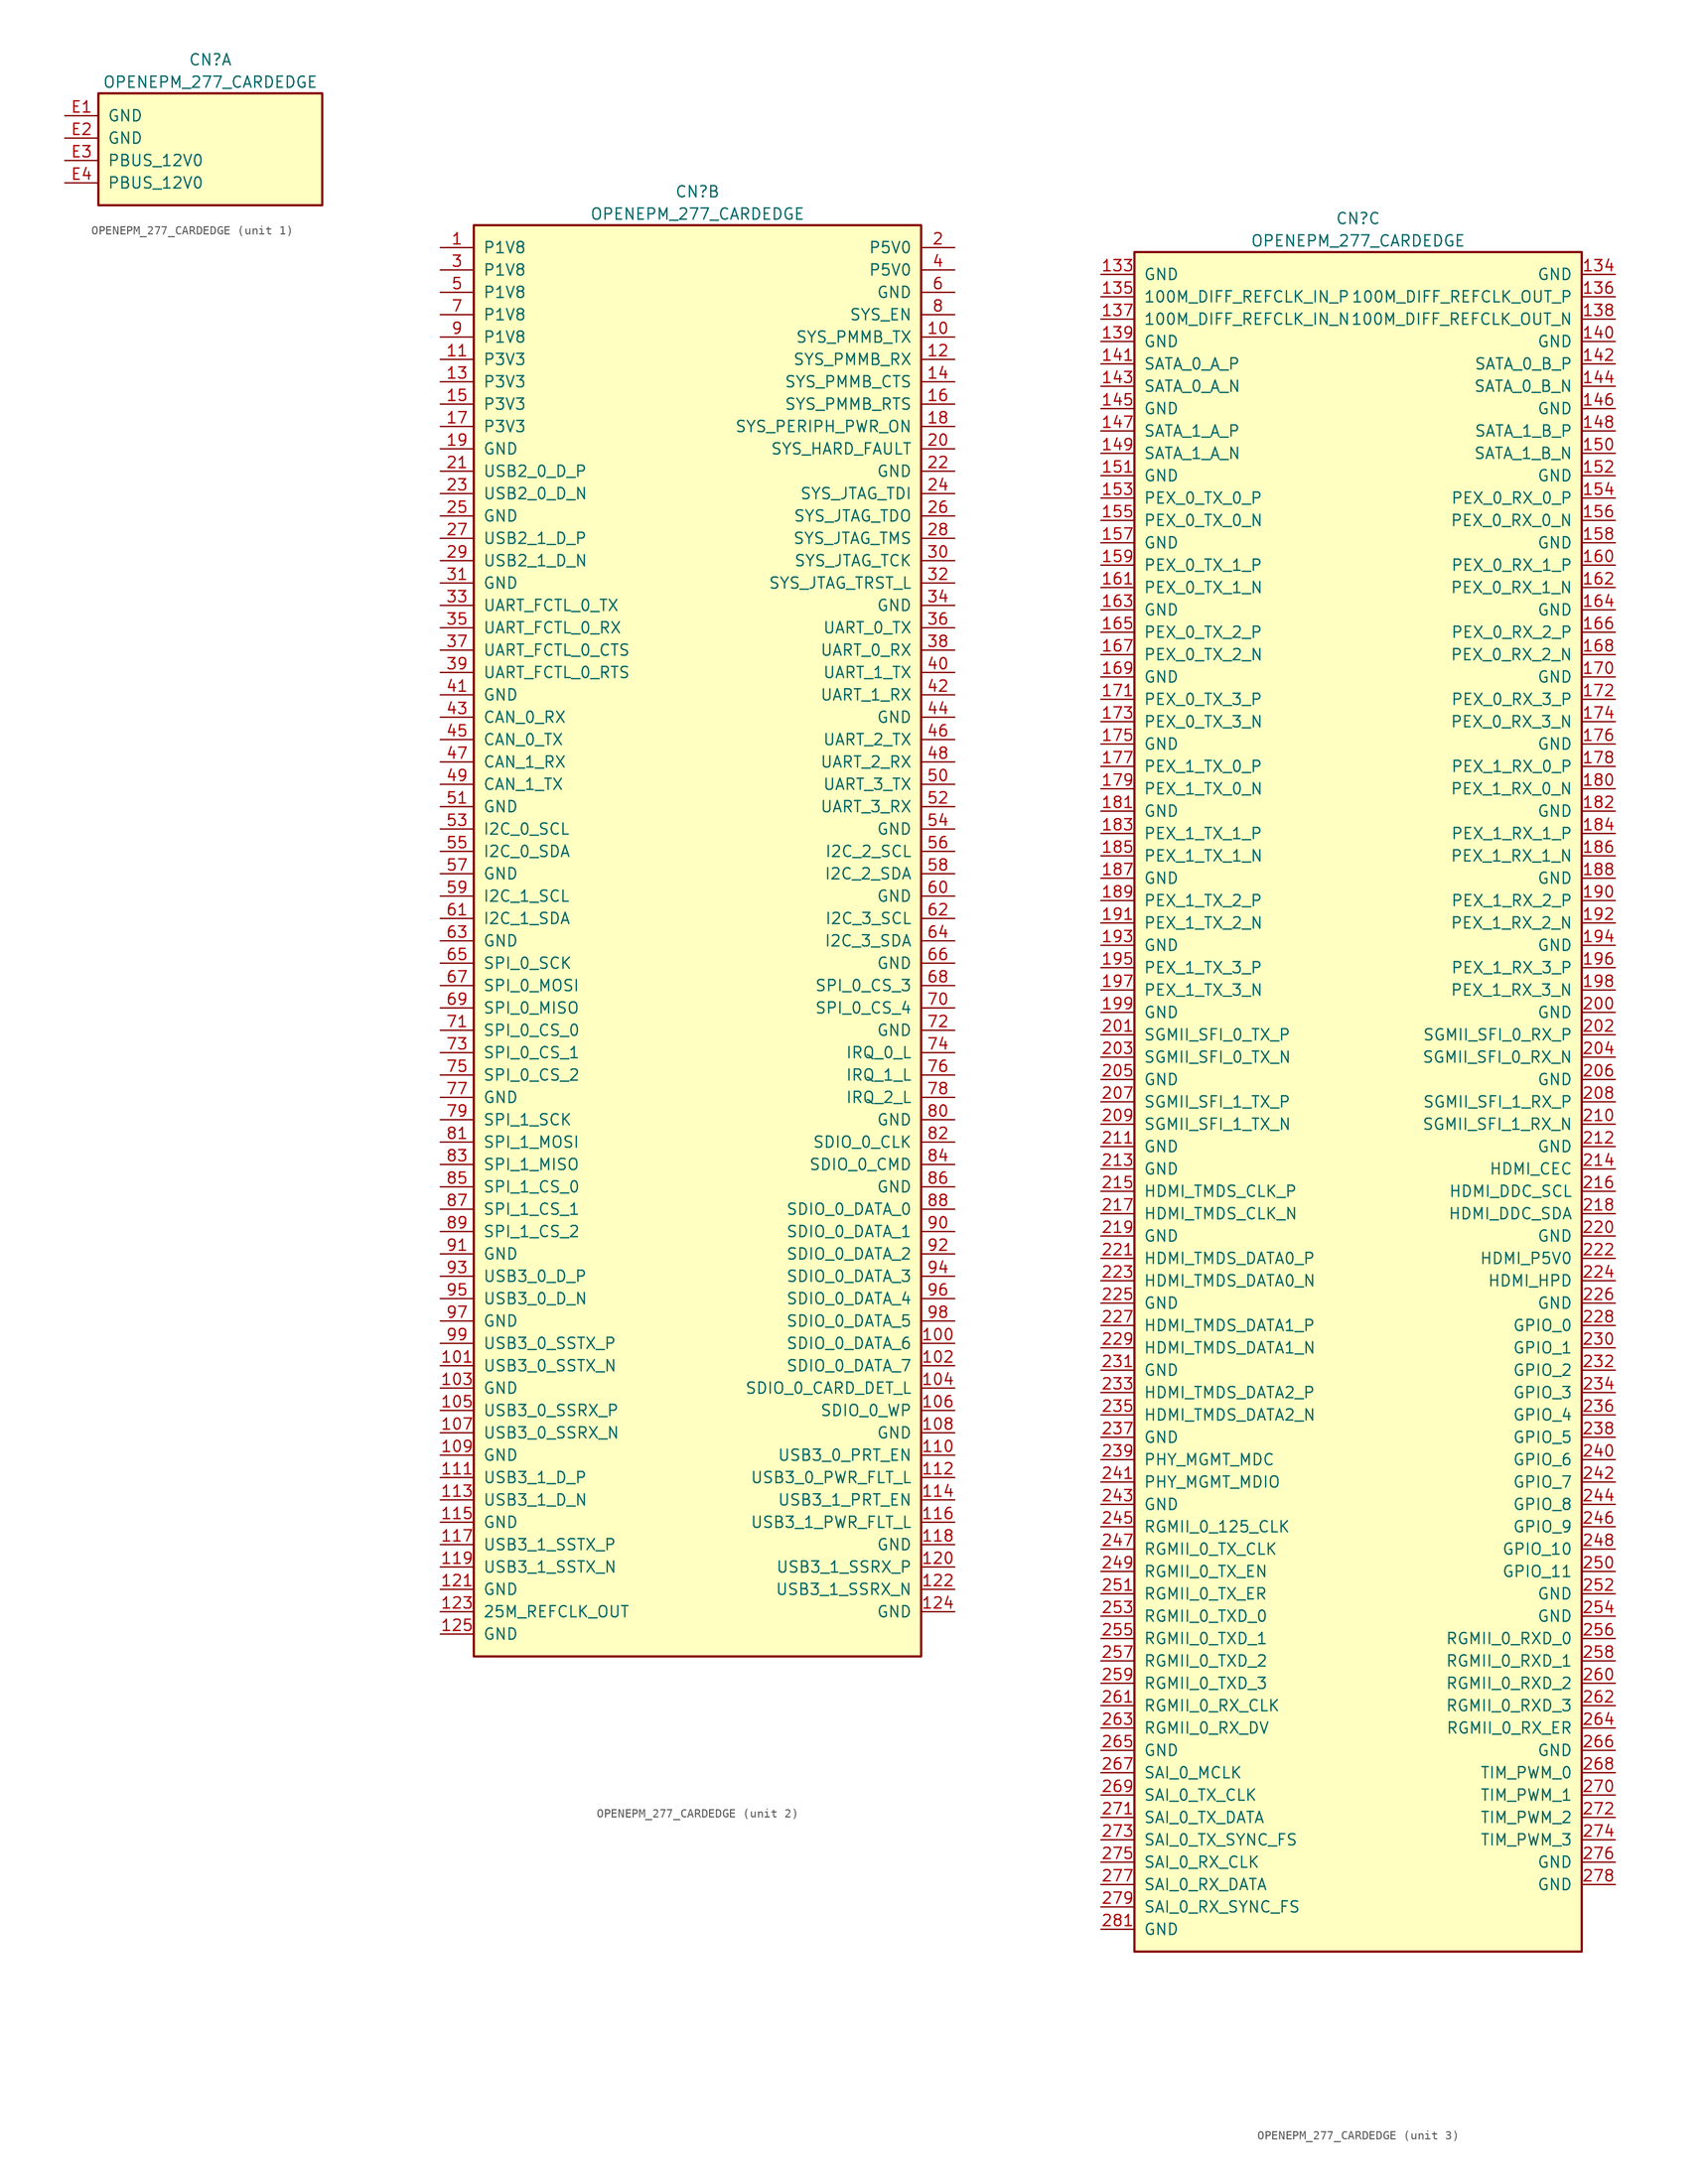
<source format=kicad_sym>
(kicad_symbol_lib
  (version 20201005)
  (generator kicad_symbol_editor)
  (symbol "berndoj_connector:OPENEPM_277_CARDEDGE"
    (pin_names
      (offset 1.016))
    (property "Reference" "CN"
      (at 0 3.81 0)
      (effects (font (size 1.27 1.27))))
    (property "Value" "OPENEPM_277_CARDEDGE"
      (at 0 1.27 0)
      (effects (font (size 1.27 1.27))))
    (property "ki_locked" ""
      (at 0 0 0)
      (effects (font (size 1.27 1.27))))
    (symbol "OPENEPM_277_CARDEDGE_1_1"
      (rectangle (start -12.7 0) (end 12.7 -12.7) (stroke (width 0.254)) (fill (type background)))
      (pin passive line (at -16.51 -2.54 0) (length 3.81) (name "GND" (effects (font (size 1.27 1.27)))) (number "E1" (effects (font (size 1.27 1.27)))))
      (pin passive line (at -16.51 -5.08 0) (length 3.81) (name "GND" (effects (font (size 1.27 1.27)))) (number "E2" (effects (font (size 1.27 1.27)))))
      (pin passive line (at -16.51 -7.62 0) (length 3.81) (name "PBUS_12V0" (effects (font (size 1.27 1.27)))) (number "E3" (effects (font (size 1.27 1.27)))))
      (pin passive line (at -16.51 -10.16 0) (length 3.81) (name "PBUS_12V0" (effects (font (size 1.27 1.27)))) (number "E4" (effects (font (size 1.27 1.27))))))
    (symbol "OPENEPM_277_CARDEDGE_2_1"
      (rectangle (start -25.4 0) (end 25.4 -162.56) (stroke (width 0.254)) (fill (type background)))
      (pin passive line (at -29.21 -2.54 0) (length 3.81) (name "P1V8" (effects (font (size 1.27 1.27)))) (number "1" (effects (font (size 1.27 1.27)))))
      (pin passive line (at 29.21 -12.7 180) (length 3.81) (name "SYS_PMMB_TX" (effects (font (size 1.27 1.27)))) (number "10" (effects (font (size 1.27 1.27)))))
      (pin passive line (at 29.21 -127 180) (length 3.81) (name "SDIO_0_DATA_6" (effects (font (size 1.27 1.27)))) (number "100" (effects (font (size 1.27 1.27)))))
      (pin passive line (at -29.21 -129.54 0) (length 3.81) (name "USB3_0_SSTX_N" (effects (font (size 1.27 1.27)))) (number "101" (effects (font (size 1.27 1.27)))))
      (pin passive line (at 29.21 -129.54 180) (length 3.81) (name "SDIO_0_DATA_7" (effects (font (size 1.27 1.27)))) (number "102" (effects (font (size 1.27 1.27)))))
      (pin passive line (at -29.21 -132.08 0) (length 3.81) (name "GND" (effects (font (size 1.27 1.27)))) (number "103" (effects (font (size 1.27 1.27)))))
      (pin passive line (at 29.21 -132.08 180) (length 3.81) (name "SDIO_0_CARD_DET_L" (effects (font (size 1.27 1.27)))) (number "104" (effects (font (size 1.27 1.27)))))
      (pin passive line (at -29.21 -134.62 0) (length 3.81) (name "USB3_0_SSRX_P" (effects (font (size 1.27 1.27)))) (number "105" (effects (font (size 1.27 1.27)))))
      (pin passive line (at 29.21 -134.62 180) (length 3.81) (name "SDIO_0_WP" (effects (font (size 1.27 1.27)))) (number "106" (effects (font (size 1.27 1.27)))))
      (pin passive line (at -29.21 -137.16 0) (length 3.81) (name "USB3_0_SSRX_N" (effects (font (size 1.27 1.27)))) (number "107" (effects (font (size 1.27 1.27)))))
      (pin passive line (at 29.21 -137.16 180) (length 3.81) (name "GND" (effects (font (size 1.27 1.27)))) (number "108" (effects (font (size 1.27 1.27)))))
      (pin passive line (at -29.21 -139.7 0) (length 3.81) (name "GND" (effects (font (size 1.27 1.27)))) (number "109" (effects (font (size 1.27 1.27)))))
      (pin passive line (at -29.21 -15.24 0) (length 3.81) (name "P3V3" (effects (font (size 1.27 1.27)))) (number "11" (effects (font (size 1.27 1.27)))))
      (pin passive line (at 29.21 -139.7 180) (length 3.81) (name "USB3_0_PRT_EN" (effects (font (size 1.27 1.27)))) (number "110" (effects (font (size 1.27 1.27)))))
      (pin passive line (at -29.21 -142.24 0) (length 3.81) (name "USB3_1_D_P" (effects (font (size 1.27 1.27)))) (number "111" (effects (font (size 1.27 1.27)))))
      (pin passive line (at 29.21 -142.24 180) (length 3.81) (name "USB3_0_PWR_FLT_L" (effects (font (size 1.27 1.27)))) (number "112" (effects (font (size 1.27 1.27)))))
      (pin passive line (at -29.21 -144.78 0) (length 3.81) (name "USB3_1_D_N" (effects (font (size 1.27 1.27)))) (number "113" (effects (font (size 1.27 1.27)))))
      (pin passive line (at 29.21 -144.78 180) (length 3.81) (name "USB3_1_PRT_EN" (effects (font (size 1.27 1.27)))) (number "114" (effects (font (size 1.27 1.27)))))
      (pin passive line (at -29.21 -147.32 0) (length 3.81) (name "GND" (effects (font (size 1.27 1.27)))) (number "115" (effects (font (size 1.27 1.27)))))
      (pin passive line (at 29.21 -147.32 180) (length 3.81) (name "USB3_1_PWR_FLT_L" (effects (font (size 1.27 1.27)))) (number "116" (effects (font (size 1.27 1.27)))))
      (pin passive line (at -29.21 -149.86 0) (length 3.81) (name "USB3_1_SSTX_P" (effects (font (size 1.27 1.27)))) (number "117" (effects (font (size 1.27 1.27)))))
      (pin passive line (at 29.21 -149.86 180) (length 3.81) (name "GND" (effects (font (size 1.27 1.27)))) (number "118" (effects (font (size 1.27 1.27)))))
      (pin passive line (at -29.21 -152.4 0) (length 3.81) (name "USB3_1_SSTX_N" (effects (font (size 1.27 1.27)))) (number "119" (effects (font (size 1.27 1.27)))))
      (pin passive line (at 29.21 -15.24 180) (length 3.81) (name "SYS_PMMB_RX" (effects (font (size 1.27 1.27)))) (number "12" (effects (font (size 1.27 1.27)))))
      (pin passive line (at 29.21 -152.4 180) (length 3.81) (name "USB3_1_SSRX_P" (effects (font (size 1.27 1.27)))) (number "120" (effects (font (size 1.27 1.27)))))
      (pin passive line (at -29.21 -154.94 0) (length 3.81) (name "GND" (effects (font (size 1.27 1.27)))) (number "121" (effects (font (size 1.27 1.27)))))
      (pin passive line (at 29.21 -154.94 180) (length 3.81) (name "USB3_1_SSRX_N" (effects (font (size 1.27 1.27)))) (number "122" (effects (font (size 1.27 1.27)))))
      (pin passive line (at -29.21 -157.48 0) (length 3.81) (name "25M_REFCLK_OUT" (effects (font (size 1.27 1.27)))) (number "123" (effects (font (size 1.27 1.27)))))
      (pin passive line (at 29.21 -157.48 180) (length 3.81) (name "GND" (effects (font (size 1.27 1.27)))) (number "124" (effects (font (size 1.27 1.27)))))
      (pin passive line (at -29.21 -160.02 0) (length 3.81) (name "GND" (effects (font (size 1.27 1.27)))) (number "125" (effects (font (size 1.27 1.27)))))
      (pin passive line (at -29.21 -17.78 0) (length 3.81) (name "P3V3" (effects (font (size 1.27 1.27)))) (number "13" (effects (font (size 1.27 1.27)))))
      (pin passive line (at 29.21 -17.78 180) (length 3.81) (name "SYS_PMMB_CTS" (effects (font (size 1.27 1.27)))) (number "14" (effects (font (size 1.27 1.27)))))
      (pin passive line (at -29.21 -20.32 0) (length 3.81) (name "P3V3" (effects (font (size 1.27 1.27)))) (number "15" (effects (font (size 1.27 1.27)))))
      (pin passive line (at 29.21 -20.32 180) (length 3.81) (name "SYS_PMMB_RTS" (effects (font (size 1.27 1.27)))) (number "16" (effects (font (size 1.27 1.27)))))
      (pin passive line (at -29.21 -22.86 0) (length 3.81) (name "P3V3" (effects (font (size 1.27 1.27)))) (number "17" (effects (font (size 1.27 1.27)))))
      (pin passive line (at 29.21 -22.86 180) (length 3.81) (name "SYS_PERIPH_PWR_ON" (effects (font (size 1.27 1.27)))) (number "18" (effects (font (size 1.27 1.27)))))
      (pin passive line (at -29.21 -25.4 0) (length 3.81) (name "GND" (effects (font (size 1.27 1.27)))) (number "19" (effects (font (size 1.27 1.27)))))
      (pin passive line (at 29.21 -2.54 180) (length 3.81) (name "P5V0" (effects (font (size 1.27 1.27)))) (number "2" (effects (font (size 1.27 1.27)))))
      (pin passive line (at 29.21 -25.4 180) (length 3.81) (name "SYS_HARD_FAULT" (effects (font (size 1.27 1.27)))) (number "20" (effects (font (size 1.27 1.27)))))
      (pin passive line (at -29.21 -27.94 0) (length 3.81) (name "USB2_0_D_P" (effects (font (size 1.27 1.27)))) (number "21" (effects (font (size 1.27 1.27)))))
      (pin passive line (at 29.21 -27.94 180) (length 3.81) (name "GND" (effects (font (size 1.27 1.27)))) (number "22" (effects (font (size 1.27 1.27)))))
      (pin passive line (at -29.21 -30.48 0) (length 3.81) (name "USB2_0_D_N" (effects (font (size 1.27 1.27)))) (number "23" (effects (font (size 1.27 1.27)))))
      (pin passive line (at 29.21 -30.48 180) (length 3.81) (name "SYS_JTAG_TDI" (effects (font (size 1.27 1.27)))) (number "24" (effects (font (size 1.27 1.27)))))
      (pin passive line (at -29.21 -33.02 0) (length 3.81) (name "GND" (effects (font (size 1.27 1.27)))) (number "25" (effects (font (size 1.27 1.27)))))
      (pin passive line (at 29.21 -33.02 180) (length 3.81) (name "SYS_JTAG_TDO" (effects (font (size 1.27 1.27)))) (number "26" (effects (font (size 1.27 1.27)))))
      (pin passive line (at -29.21 -35.56 0) (length 3.81) (name "USB2_1_D_P" (effects (font (size 1.27 1.27)))) (number "27" (effects (font (size 1.27 1.27)))))
      (pin passive line (at 29.21 -35.56 180) (length 3.81) (name "SYS_JTAG_TMS" (effects (font (size 1.27 1.27)))) (number "28" (effects (font (size 1.27 1.27)))))
      (pin passive line (at -29.21 -38.1 0) (length 3.81) (name "USB2_1_D_N" (effects (font (size 1.27 1.27)))) (number "29" (effects (font (size 1.27 1.27)))))
      (pin passive line (at -29.21 -5.08 0) (length 3.81) (name "P1V8" (effects (font (size 1.27 1.27)))) (number "3" (effects (font (size 1.27 1.27)))))
      (pin passive line (at 29.21 -38.1 180) (length 3.81) (name "SYS_JTAG_TCK" (effects (font (size 1.27 1.27)))) (number "30" (effects (font (size 1.27 1.27)))))
      (pin passive line (at -29.21 -40.64 0) (length 3.81) (name "GND" (effects (font (size 1.27 1.27)))) (number "31" (effects (font (size 1.27 1.27)))))
      (pin passive line (at 29.21 -40.64 180) (length 3.81) (name "SYS_JTAG_TRST_L" (effects (font (size 1.27 1.27)))) (number "32" (effects (font (size 1.27 1.27)))))
      (pin passive line (at -29.21 -43.18 0) (length 3.81) (name "UART_FCTL_0_TX" (effects (font (size 1.27 1.27)))) (number "33" (effects (font (size 1.27 1.27)))))
      (pin passive line (at 29.21 -43.18 180) (length 3.81) (name "GND" (effects (font (size 1.27 1.27)))) (number "34" (effects (font (size 1.27 1.27)))))
      (pin passive line (at -29.21 -45.72 0) (length 3.81) (name "UART_FCTL_0_RX" (effects (font (size 1.27 1.27)))) (number "35" (effects (font (size 1.27 1.27)))))
      (pin passive line (at 29.21 -45.72 180) (length 3.81) (name "UART_0_TX" (effects (font (size 1.27 1.27)))) (number "36" (effects (font (size 1.27 1.27)))))
      (pin passive line (at -29.21 -48.26 0) (length 3.81) (name "UART_FCTL_0_CTS" (effects (font (size 1.27 1.27)))) (number "37" (effects (font (size 1.27 1.27)))))
      (pin passive line (at 29.21 -48.26 180) (length 3.81) (name "UART_0_RX" (effects (font (size 1.27 1.27)))) (number "38" (effects (font (size 1.27 1.27)))))
      (pin passive line (at -29.21 -50.8 0) (length 3.81) (name "UART_FCTL_0_RTS" (effects (font (size 1.27 1.27)))) (number "39" (effects (font (size 1.27 1.27)))))
      (pin passive line (at 29.21 -5.08 180) (length 3.81) (name "P5V0" (effects (font (size 1.27 1.27)))) (number "4" (effects (font (size 1.27 1.27)))))
      (pin passive line (at 29.21 -50.8 180) (length 3.81) (name "UART_1_TX" (effects (font (size 1.27 1.27)))) (number "40" (effects (font (size 1.27 1.27)))))
      (pin passive line (at -29.21 -53.34 0) (length 3.81) (name "GND" (effects (font (size 1.27 1.27)))) (number "41" (effects (font (size 1.27 1.27)))))
      (pin passive line (at 29.21 -53.34 180) (length 3.81) (name "UART_1_RX" (effects (font (size 1.27 1.27)))) (number "42" (effects (font (size 1.27 1.27)))))
      (pin passive line (at -29.21 -55.88 0) (length 3.81) (name "CAN_0_RX" (effects (font (size 1.27 1.27)))) (number "43" (effects (font (size 1.27 1.27)))))
      (pin passive line (at 29.21 -55.88 180) (length 3.81) (name "GND" (effects (font (size 1.27 1.27)))) (number "44" (effects (font (size 1.27 1.27)))))
      (pin passive line (at -29.21 -58.42 0) (length 3.81) (name "CAN_0_TX" (effects (font (size 1.27 1.27)))) (number "45" (effects (font (size 1.27 1.27)))))
      (pin passive line (at 29.21 -58.42 180) (length 3.81) (name "UART_2_TX" (effects (font (size 1.27 1.27)))) (number "46" (effects (font (size 1.27 1.27)))))
      (pin passive line (at -29.21 -60.96 0) (length 3.81) (name "CAN_1_RX" (effects (font (size 1.27 1.27)))) (number "47" (effects (font (size 1.27 1.27)))))
      (pin passive line (at 29.21 -60.96 180) (length 3.81) (name "UART_2_RX" (effects (font (size 1.27 1.27)))) (number "48" (effects (font (size 1.27 1.27)))))
      (pin passive line (at -29.21 -63.5 0) (length 3.81) (name "CAN_1_TX" (effects (font (size 1.27 1.27)))) (number "49" (effects (font (size 1.27 1.27)))))
      (pin passive line (at -29.21 -7.62 0) (length 3.81) (name "P1V8" (effects (font (size 1.27 1.27)))) (number "5" (effects (font (size 1.27 1.27)))))
      (pin passive line (at 29.21 -63.5 180) (length 3.81) (name "UART_3_TX" (effects (font (size 1.27 1.27)))) (number "50" (effects (font (size 1.27 1.27)))))
      (pin passive line (at -29.21 -66.04 0) (length 3.81) (name "GND" (effects (font (size 1.27 1.27)))) (number "51" (effects (font (size 1.27 1.27)))))
      (pin passive line (at 29.21 -66.04 180) (length 3.81) (name "UART_3_RX" (effects (font (size 1.27 1.27)))) (number "52" (effects (font (size 1.27 1.27)))))
      (pin passive line (at -29.21 -68.58 0) (length 3.81) (name "I2C_0_SCL" (effects (font (size 1.27 1.27)))) (number "53" (effects (font (size 1.27 1.27)))))
      (pin passive line (at 29.21 -68.58 180) (length 3.81) (name "GND" (effects (font (size 1.27 1.27)))) (number "54" (effects (font (size 1.27 1.27)))))
      (pin passive line (at -29.21 -71.12 0) (length 3.81) (name "I2C_0_SDA" (effects (font (size 1.27 1.27)))) (number "55" (effects (font (size 1.27 1.27)))))
      (pin passive line (at 29.21 -71.12 180) (length 3.81) (name "I2C_2_SCL" (effects (font (size 1.27 1.27)))) (number "56" (effects (font (size 1.27 1.27)))))
      (pin passive line (at -29.21 -73.66 0) (length 3.81) (name "GND" (effects (font (size 1.27 1.27)))) (number "57" (effects (font (size 1.27 1.27)))))
      (pin passive line (at 29.21 -73.66 180) (length 3.81) (name "I2C_2_SDA" (effects (font (size 1.27 1.27)))) (number "58" (effects (font (size 1.27 1.27)))))
      (pin passive line (at -29.21 -76.2 0) (length 3.81) (name "I2C_1_SCL" (effects (font (size 1.27 1.27)))) (number "59" (effects (font (size 1.27 1.27)))))
      (pin passive line (at 29.21 -7.62 180) (length 3.81) (name "GND" (effects (font (size 1.27 1.27)))) (number "6" (effects (font (size 1.27 1.27)))))
      (pin passive line (at 29.21 -76.2 180) (length 3.81) (name "GND" (effects (font (size 1.27 1.27)))) (number "60" (effects (font (size 1.27 1.27)))))
      (pin passive line (at -29.21 -78.74 0) (length 3.81) (name "I2C_1_SDA" (effects (font (size 1.27 1.27)))) (number "61" (effects (font (size 1.27 1.27)))))
      (pin passive line (at 29.21 -78.74 180) (length 3.81) (name "I2C_3_SCL" (effects (font (size 1.27 1.27)))) (number "62" (effects (font (size 1.27 1.27)))))
      (pin passive line (at -29.21 -81.28 0) (length 3.81) (name "GND" (effects (font (size 1.27 1.27)))) (number "63" (effects (font (size 1.27 1.27)))))
      (pin passive line (at 29.21 -81.28 180) (length 3.81) (name "I2C_3_SDA" (effects (font (size 1.27 1.27)))) (number "64" (effects (font (size 1.27 1.27)))))
      (pin passive line (at -29.21 -83.82 0) (length 3.81) (name "SPI_0_SCK" (effects (font (size 1.27 1.27)))) (number "65" (effects (font (size 1.27 1.27)))))
      (pin passive line (at 29.21 -83.82 180) (length 3.81) (name "GND" (effects (font (size 1.27 1.27)))) (number "66" (effects (font (size 1.27 1.27)))))
      (pin passive line (at -29.21 -86.36 0) (length 3.81) (name "SPI_0_MOSI" (effects (font (size 1.27 1.27)))) (number "67" (effects (font (size 1.27 1.27)))))
      (pin passive line (at 29.21 -86.36 180) (length 3.81) (name "SPI_0_CS_3" (effects (font (size 1.27 1.27)))) (number "68" (effects (font (size 1.27 1.27)))))
      (pin passive line (at -29.21 -88.9 0) (length 3.81) (name "SPI_0_MISO" (effects (font (size 1.27 1.27)))) (number "69" (effects (font (size 1.27 1.27)))))
      (pin passive line (at -29.21 -10.16 0) (length 3.81) (name "P1V8" (effects (font (size 1.27 1.27)))) (number "7" (effects (font (size 1.27 1.27)))))
      (pin passive line (at 29.21 -88.9 180) (length 3.81) (name "SPI_0_CS_4" (effects (font (size 1.27 1.27)))) (number "70" (effects (font (size 1.27 1.27)))))
      (pin passive line (at -29.21 -91.44 0) (length 3.81) (name "SPI_0_CS_0" (effects (font (size 1.27 1.27)))) (number "71" (effects (font (size 1.27 1.27)))))
      (pin passive line (at 29.21 -91.44 180) (length 3.81) (name "GND" (effects (font (size 1.27 1.27)))) (number "72" (effects (font (size 1.27 1.27)))))
      (pin passive line (at -29.21 -93.98 0) (length 3.81) (name "SPI_0_CS_1" (effects (font (size 1.27 1.27)))) (number "73" (effects (font (size 1.27 1.27)))))
      (pin passive line (at 29.21 -93.98 180) (length 3.81) (name "IRQ_0_L" (effects (font (size 1.27 1.27)))) (number "74" (effects (font (size 1.27 1.27)))))
      (pin passive line (at -29.21 -96.52 0) (length 3.81) (name "SPI_0_CS_2" (effects (font (size 1.27 1.27)))) (number "75" (effects (font (size 1.27 1.27)))))
      (pin passive line (at 29.21 -96.52 180) (length 3.81) (name "IRQ_1_L" (effects (font (size 1.27 1.27)))) (number "76" (effects (font (size 1.27 1.27)))))
      (pin passive line (at -29.21 -99.06 0) (length 3.81) (name "GND" (effects (font (size 1.27 1.27)))) (number "77" (effects (font (size 1.27 1.27)))))
      (pin passive line (at 29.21 -99.06 180) (length 3.81) (name "IRQ_2_L" (effects (font (size 1.27 1.27)))) (number "78" (effects (font (size 1.27 1.27)))))
      (pin passive line (at -29.21 -101.6 0) (length 3.81) (name "SPI_1_SCK" (effects (font (size 1.27 1.27)))) (number "79" (effects (font (size 1.27 1.27)))))
      (pin passive line (at 29.21 -10.16 180) (length 3.81) (name "SYS_EN" (effects (font (size 1.27 1.27)))) (number "8" (effects (font (size 1.27 1.27)))))
      (pin passive line (at 29.21 -101.6 180) (length 3.81) (name "GND" (effects (font (size 1.27 1.27)))) (number "80" (effects (font (size 1.27 1.27)))))
      (pin passive line (at -29.21 -104.14 0) (length 3.81) (name "SPI_1_MOSI" (effects (font (size 1.27 1.27)))) (number "81" (effects (font (size 1.27 1.27)))))
      (pin passive line (at 29.21 -104.14 180) (length 3.81) (name "SDIO_0_CLK" (effects (font (size 1.27 1.27)))) (number "82" (effects (font (size 1.27 1.27)))))
      (pin passive line (at -29.21 -106.68 0) (length 3.81) (name "SPI_1_MISO" (effects (font (size 1.27 1.27)))) (number "83" (effects (font (size 1.27 1.27)))))
      (pin passive line (at 29.21 -106.68 180) (length 3.81) (name "SDIO_0_CMD" (effects (font (size 1.27 1.27)))) (number "84" (effects (font (size 1.27 1.27)))))
      (pin passive line (at -29.21 -109.22 0) (length 3.81) (name "SPI_1_CS_0" (effects (font (size 1.27 1.27)))) (number "85" (effects (font (size 1.27 1.27)))))
      (pin passive line (at 29.21 -109.22 180) (length 3.81) (name "GND" (effects (font (size 1.27 1.27)))) (number "86" (effects (font (size 1.27 1.27)))))
      (pin passive line (at -29.21 -111.76 0) (length 3.81) (name "SPI_1_CS_1" (effects (font (size 1.27 1.27)))) (number "87" (effects (font (size 1.27 1.27)))))
      (pin passive line (at 29.21 -111.76 180) (length 3.81) (name "SDIO_0_DATA_0" (effects (font (size 1.27 1.27)))) (number "88" (effects (font (size 1.27 1.27)))))
      (pin passive line (at -29.21 -114.3 0) (length 3.81) (name "SPI_1_CS_2" (effects (font (size 1.27 1.27)))) (number "89" (effects (font (size 1.27 1.27)))))
      (pin passive line (at -29.21 -12.7 0) (length 3.81) (name "P1V8" (effects (font (size 1.27 1.27)))) (number "9" (effects (font (size 1.27 1.27)))))
      (pin passive line (at 29.21 -114.3 180) (length 3.81) (name "SDIO_0_DATA_1" (effects (font (size 1.27 1.27)))) (number "90" (effects (font (size 1.27 1.27)))))
      (pin passive line (at -29.21 -116.84 0) (length 3.81) (name "GND" (effects (font (size 1.27 1.27)))) (number "91" (effects (font (size 1.27 1.27)))))
      (pin passive line (at 29.21 -116.84 180) (length 3.81) (name "SDIO_0_DATA_2" (effects (font (size 1.27 1.27)))) (number "92" (effects (font (size 1.27 1.27)))))
      (pin passive line (at -29.21 -119.38 0) (length 3.81) (name "USB3_0_D_P" (effects (font (size 1.27 1.27)))) (number "93" (effects (font (size 1.27 1.27)))))
      (pin passive line (at 29.21 -119.38 180) (length 3.81) (name "SDIO_0_DATA_3" (effects (font (size 1.27 1.27)))) (number "94" (effects (font (size 1.27 1.27)))))
      (pin passive line (at -29.21 -121.92 0) (length 3.81) (name "USB3_0_D_N" (effects (font (size 1.27 1.27)))) (number "95" (effects (font (size 1.27 1.27)))))
      (pin passive line (at 29.21 -121.92 180) (length 3.81) (name "SDIO_0_DATA_4" (effects (font (size 1.27 1.27)))) (number "96" (effects (font (size 1.27 1.27)))))
      (pin passive line (at -29.21 -124.46 0) (length 3.81) (name "GND" (effects (font (size 1.27 1.27)))) (number "97" (effects (font (size 1.27 1.27)))))
      (pin passive line (at 29.21 -124.46 180) (length 3.81) (name "SDIO_0_DATA_5" (effects (font (size 1.27 1.27)))) (number "98" (effects (font (size 1.27 1.27)))))
      (pin passive line (at -29.21 -127 0) (length 3.81) (name "USB3_0_SSTX_P" (effects (font (size 1.27 1.27)))) (number "99" (effects (font (size 1.27 1.27))))))
    (symbol "OPENEPM_277_CARDEDGE_3_1"
      (rectangle (start -25.4 0) (end 25.4 -193.04) (stroke (width 0.254)) (fill (type background)))
      (pin passive line (at -29.21 -2.54 0) (length 3.81) (name "GND" (effects (font (size 1.27 1.27)))) (number "133" (effects (font (size 1.27 1.27)))))
      (pin passive line (at 29.21 -2.54 180) (length 3.81) (name "GND" (effects (font (size 1.27 1.27)))) (number "134" (effects (font (size 1.27 1.27)))))
      (pin passive line (at -29.21 -5.08 0) (length 3.81) (name "100M_DIFF_REFCLK_IN_P" (effects (font (size 1.27 1.27)))) (number "135" (effects (font (size 1.27 1.27)))))
      (pin passive line (at 29.21 -5.08 180) (length 3.81) (name "100M_DIFF_REFCLK_OUT_P" (effects (font (size 1.27 1.27)))) (number "136" (effects (font (size 1.27 1.27)))))
      (pin passive line (at -29.21 -7.62 0) (length 3.81) (name "100M_DIFF_REFCLK_IN_N" (effects (font (size 1.27 1.27)))) (number "137" (effects (font (size 1.27 1.27)))))
      (pin passive line (at 29.21 -7.62 180) (length 3.81) (name "100M_DIFF_REFCLK_OUT_N" (effects (font (size 1.27 1.27)))) (number "138" (effects (font (size 1.27 1.27)))))
      (pin passive line (at -29.21 -10.16 0) (length 3.81) (name "GND" (effects (font (size 1.27 1.27)))) (number "139" (effects (font (size 1.27 1.27)))))
      (pin passive line (at 29.21 -10.16 180) (length 3.81) (name "GND" (effects (font (size 1.27 1.27)))) (number "140" (effects (font (size 1.27 1.27)))))
      (pin passive line (at -29.21 -12.7 0) (length 3.81) (name "SATA_0_A_P" (effects (font (size 1.27 1.27)))) (number "141" (effects (font (size 1.27 1.27)))))
      (pin passive line (at 29.21 -12.7 180) (length 3.81) (name "SATA_0_B_P" (effects (font (size 1.27 1.27)))) (number "142" (effects (font (size 1.27 1.27)))))
      (pin passive line (at -29.21 -15.24 0) (length 3.81) (name "SATA_0_A_N" (effects (font (size 1.27 1.27)))) (number "143" (effects (font (size 1.27 1.27)))))
      (pin passive line (at 29.21 -15.24 180) (length 3.81) (name "SATA_0_B_N" (effects (font (size 1.27 1.27)))) (number "144" (effects (font (size 1.27 1.27)))))
      (pin passive line (at -29.21 -17.78 0) (length 3.81) (name "GND" (effects (font (size 1.27 1.27)))) (number "145" (effects (font (size 1.27 1.27)))))
      (pin passive line (at 29.21 -17.78 180) (length 3.81) (name "GND" (effects (font (size 1.27 1.27)))) (number "146" (effects (font (size 1.27 1.27)))))
      (pin passive line (at -29.21 -20.32 0) (length 3.81) (name "SATA_1_A_P" (effects (font (size 1.27 1.27)))) (number "147" (effects (font (size 1.27 1.27)))))
      (pin passive line (at 29.21 -20.32 180) (length 3.81) (name "SATA_1_B_P" (effects (font (size 1.27 1.27)))) (number "148" (effects (font (size 1.27 1.27)))))
      (pin passive line (at -29.21 -22.86 0) (length 3.81) (name "SATA_1_A_N" (effects (font (size 1.27 1.27)))) (number "149" (effects (font (size 1.27 1.27)))))
      (pin passive line (at 29.21 -22.86 180) (length 3.81) (name "SATA_1_B_N" (effects (font (size 1.27 1.27)))) (number "150" (effects (font (size 1.27 1.27)))))
      (pin passive line (at -29.21 -25.4 0) (length 3.81) (name "GND" (effects (font (size 1.27 1.27)))) (number "151" (effects (font (size 1.27 1.27)))))
      (pin passive line (at 29.21 -25.4 180) (length 3.81) (name "GND" (effects (font (size 1.27 1.27)))) (number "152" (effects (font (size 1.27 1.27)))))
      (pin passive line (at -29.21 -27.94 0) (length 3.81) (name "PEX_0_TX_0_P" (effects (font (size 1.27 1.27)))) (number "153" (effects (font (size 1.27 1.27)))))
      (pin passive line (at 29.21 -27.94 180) (length 3.81) (name "PEX_0_RX_0_P" (effects (font (size 1.27 1.27)))) (number "154" (effects (font (size 1.27 1.27)))))
      (pin passive line (at -29.21 -30.48 0) (length 3.81) (name "PEX_0_TX_0_N" (effects (font (size 1.27 1.27)))) (number "155" (effects (font (size 1.27 1.27)))))
      (pin passive line (at 29.21 -30.48 180) (length 3.81) (name "PEX_0_RX_0_N" (effects (font (size 1.27 1.27)))) (number "156" (effects (font (size 1.27 1.27)))))
      (pin passive line (at -29.21 -33.02 0) (length 3.81) (name "GND" (effects (font (size 1.27 1.27)))) (number "157" (effects (font (size 1.27 1.27)))))
      (pin passive line (at 29.21 -33.02 180) (length 3.81) (name "GND" (effects (font (size 1.27 1.27)))) (number "158" (effects (font (size 1.27 1.27)))))
      (pin passive line (at -29.21 -35.56 0) (length 3.81) (name "PEX_0_TX_1_P" (effects (font (size 1.27 1.27)))) (number "159" (effects (font (size 1.27 1.27)))))
      (pin passive line (at 29.21 -35.56 180) (length 3.81) (name "PEX_0_RX_1_P" (effects (font (size 1.27 1.27)))) (number "160" (effects (font (size 1.27 1.27)))))
      (pin passive line (at -29.21 -38.1 0) (length 3.81) (name "PEX_0_TX_1_N" (effects (font (size 1.27 1.27)))) (number "161" (effects (font (size 1.27 1.27)))))
      (pin passive line (at 29.21 -38.1 180) (length 3.81) (name "PEX_0_RX_1_N" (effects (font (size 1.27 1.27)))) (number "162" (effects (font (size 1.27 1.27)))))
      (pin passive line (at -29.21 -40.64 0) (length 3.81) (name "GND" (effects (font (size 1.27 1.27)))) (number "163" (effects (font (size 1.27 1.27)))))
      (pin passive line (at 29.21 -40.64 180) (length 3.81) (name "GND" (effects (font (size 1.27 1.27)))) (number "164" (effects (font (size 1.27 1.27)))))
      (pin passive line (at -29.21 -43.18 0) (length 3.81) (name "PEX_0_TX_2_P" (effects (font (size 1.27 1.27)))) (number "165" (effects (font (size 1.27 1.27)))))
      (pin passive line (at 29.21 -43.18 180) (length 3.81) (name "PEX_0_RX_2_P" (effects (font (size 1.27 1.27)))) (number "166" (effects (font (size 1.27 1.27)))))
      (pin passive line (at -29.21 -45.72 0) (length 3.81) (name "PEX_0_TX_2_N" (effects (font (size 1.27 1.27)))) (number "167" (effects (font (size 1.27 1.27)))))
      (pin passive line (at 29.21 -45.72 180) (length 3.81) (name "PEX_0_RX_2_N" (effects (font (size 1.27 1.27)))) (number "168" (effects (font (size 1.27 1.27)))))
      (pin passive line (at -29.21 -48.26 0) (length 3.81) (name "GND" (effects (font (size 1.27 1.27)))) (number "169" (effects (font (size 1.27 1.27)))))
      (pin passive line (at 29.21 -48.26 180) (length 3.81) (name "GND" (effects (font (size 1.27 1.27)))) (number "170" (effects (font (size 1.27 1.27)))))
      (pin passive line (at -29.21 -50.8 0) (length 3.81) (name "PEX_0_TX_3_P" (effects (font (size 1.27 1.27)))) (number "171" (effects (font (size 1.27 1.27)))))
      (pin passive line (at 29.21 -50.8 180) (length 3.81) (name "PEX_0_RX_3_P" (effects (font (size 1.27 1.27)))) (number "172" (effects (font (size 1.27 1.27)))))
      (pin passive line (at -29.21 -53.34 0) (length 3.81) (name "PEX_0_TX_3_N" (effects (font (size 1.27 1.27)))) (number "173" (effects (font (size 1.27 1.27)))))
      (pin passive line (at 29.21 -53.34 180) (length 3.81) (name "PEX_0_RX_3_N" (effects (font (size 1.27 1.27)))) (number "174" (effects (font (size 1.27 1.27)))))
      (pin passive line (at -29.21 -55.88 0) (length 3.81) (name "GND" (effects (font (size 1.27 1.27)))) (number "175" (effects (font (size 1.27 1.27)))))
      (pin passive line (at 29.21 -55.88 180) (length 3.81) (name "GND" (effects (font (size 1.27 1.27)))) (number "176" (effects (font (size 1.27 1.27)))))
      (pin passive line (at -29.21 -58.42 0) (length 3.81) (name "PEX_1_TX_0_P" (effects (font (size 1.27 1.27)))) (number "177" (effects (font (size 1.27 1.27)))))
      (pin passive line (at 29.21 -58.42 180) (length 3.81) (name "PEX_1_RX_0_P" (effects (font (size 1.27 1.27)))) (number "178" (effects (font (size 1.27 1.27)))))
      (pin passive line (at -29.21 -60.96 0) (length 3.81) (name "PEX_1_TX_0_N" (effects (font (size 1.27 1.27)))) (number "179" (effects (font (size 1.27 1.27)))))
      (pin passive line (at 29.21 -60.96 180) (length 3.81) (name "PEX_1_RX_0_N" (effects (font (size 1.27 1.27)))) (number "180" (effects (font (size 1.27 1.27)))))
      (pin passive line (at -29.21 -63.5 0) (length 3.81) (name "GND" (effects (font (size 1.27 1.27)))) (number "181" (effects (font (size 1.27 1.27)))))
      (pin passive line (at 29.21 -63.5 180) (length 3.81) (name "GND" (effects (font (size 1.27 1.27)))) (number "182" (effects (font (size 1.27 1.27)))))
      (pin passive line (at -29.21 -66.04 0) (length 3.81) (name "PEX_1_TX_1_P" (effects (font (size 1.27 1.27)))) (number "183" (effects (font (size 1.27 1.27)))))
      (pin passive line (at 29.21 -66.04 180) (length 3.81) (name "PEX_1_RX_1_P" (effects (font (size 1.27 1.27)))) (number "184" (effects (font (size 1.27 1.27)))))
      (pin passive line (at -29.21 -68.58 0) (length 3.81) (name "PEX_1_TX_1_N" (effects (font (size 1.27 1.27)))) (number "185" (effects (font (size 1.27 1.27)))))
      (pin passive line (at 29.21 -68.58 180) (length 3.81) (name "PEX_1_RX_1_N" (effects (font (size 1.27 1.27)))) (number "186" (effects (font (size 1.27 1.27)))))
      (pin passive line (at -29.21 -71.12 0) (length 3.81) (name "GND" (effects (font (size 1.27 1.27)))) (number "187" (effects (font (size 1.27 1.27)))))
      (pin passive line (at 29.21 -71.12 180) (length 3.81) (name "GND" (effects (font (size 1.27 1.27)))) (number "188" (effects (font (size 1.27 1.27)))))
      (pin passive line (at -29.21 -73.66 0) (length 3.81) (name "PEX_1_TX_2_P" (effects (font (size 1.27 1.27)))) (number "189" (effects (font (size 1.27 1.27)))))
      (pin passive line (at 29.21 -73.66 180) (length 3.81) (name "PEX_1_RX_2_P" (effects (font (size 1.27 1.27)))) (number "190" (effects (font (size 1.27 1.27)))))
      (pin passive line (at -29.21 -76.2 0) (length 3.81) (name "PEX_1_TX_2_N" (effects (font (size 1.27 1.27)))) (number "191" (effects (font (size 1.27 1.27)))))
      (pin passive line (at 29.21 -76.2 180) (length 3.81) (name "PEX_1_RX_2_N" (effects (font (size 1.27 1.27)))) (number "192" (effects (font (size 1.27 1.27)))))
      (pin passive line (at -29.21 -78.74 0) (length 3.81) (name "GND" (effects (font (size 1.27 1.27)))) (number "193" (effects (font (size 1.27 1.27)))))
      (pin passive line (at 29.21 -78.74 180) (length 3.81) (name "GND" (effects (font (size 1.27 1.27)))) (number "194" (effects (font (size 1.27 1.27)))))
      (pin passive line (at -29.21 -81.28 0) (length 3.81) (name "PEX_1_TX_3_P" (effects (font (size 1.27 1.27)))) (number "195" (effects (font (size 1.27 1.27)))))
      (pin passive line (at 29.21 -81.28 180) (length 3.81) (name "PEX_1_RX_3_P" (effects (font (size 1.27 1.27)))) (number "196" (effects (font (size 1.27 1.27)))))
      (pin passive line (at -29.21 -83.82 0) (length 3.81) (name "PEX_1_TX_3_N" (effects (font (size 1.27 1.27)))) (number "197" (effects (font (size 1.27 1.27)))))
      (pin passive line (at 29.21 -83.82 180) (length 3.81) (name "PEX_1_RX_3_N" (effects (font (size 1.27 1.27)))) (number "198" (effects (font (size 1.27 1.27)))))
      (pin passive line (at -29.21 -86.36 0) (length 3.81) (name "GND" (effects (font (size 1.27 1.27)))) (number "199" (effects (font (size 1.27 1.27)))))
      (pin passive line (at 29.21 -86.36 180) (length 3.81) (name "GND" (effects (font (size 1.27 1.27)))) (number "200" (effects (font (size 1.27 1.27)))))
      (pin passive line (at -29.21 -88.9 0) (length 3.81) (name "SGMII_SFI_0_TX_P" (effects (font (size 1.27 1.27)))) (number "201" (effects (font (size 1.27 1.27)))))
      (pin passive line (at 29.21 -88.9 180) (length 3.81) (name "SGMII_SFI_0_RX_P" (effects (font (size 1.27 1.27)))) (number "202" (effects (font (size 1.27 1.27)))))
      (pin passive line (at -29.21 -91.44 0) (length 3.81) (name "SGMII_SFI_0_TX_N" (effects (font (size 1.27 1.27)))) (number "203" (effects (font (size 1.27 1.27)))))
      (pin passive line (at 29.21 -91.44 180) (length 3.81) (name "SGMII_SFI_0_RX_N" (effects (font (size 1.27 1.27)))) (number "204" (effects (font (size 1.27 1.27)))))
      (pin passive line (at -29.21 -93.98 0) (length 3.81) (name "GND" (effects (font (size 1.27 1.27)))) (number "205" (effects (font (size 1.27 1.27)))))
      (pin passive line (at 29.21 -93.98 180) (length 3.81) (name "GND" (effects (font (size 1.27 1.27)))) (number "206" (effects (font (size 1.27 1.27)))))
      (pin passive line (at -29.21 -96.52 0) (length 3.81) (name "SGMII_SFI_1_TX_P" (effects (font (size 1.27 1.27)))) (number "207" (effects (font (size 1.27 1.27)))))
      (pin passive line (at 29.21 -96.52 180) (length 3.81) (name "SGMII_SFI_1_RX_P" (effects (font (size 1.27 1.27)))) (number "208" (effects (font (size 1.27 1.27)))))
      (pin passive line (at -29.21 -99.06 0) (length 3.81) (name "SGMII_SFI_1_TX_N" (effects (font (size 1.27 1.27)))) (number "209" (effects (font (size 1.27 1.27)))))
      (pin passive line (at 29.21 -99.06 180) (length 3.81) (name "SGMII_SFI_1_RX_N" (effects (font (size 1.27 1.27)))) (number "210" (effects (font (size 1.27 1.27)))))
      (pin passive line (at -29.21 -101.6 0) (length 3.81) (name "GND" (effects (font (size 1.27 1.27)))) (number "211" (effects (font (size 1.27 1.27)))))
      (pin passive line (at 29.21 -101.6 180) (length 3.81) (name "GND" (effects (font (size 1.27 1.27)))) (number "212" (effects (font (size 1.27 1.27)))))
      (pin passive line (at -29.21 -104.14 0) (length 3.81) (name "GND" (effects (font (size 1.27 1.27)))) (number "213" (effects (font (size 1.27 1.27)))))
      (pin passive line (at 29.21 -104.14 180) (length 3.81) (name "HDMI_CEC" (effects (font (size 1.27 1.27)))) (number "214" (effects (font (size 1.27 1.27)))))
      (pin passive line (at -29.21 -106.68 0) (length 3.81) (name "HDMI_TMDS_CLK_P" (effects (font (size 1.27 1.27)))) (number "215" (effects (font (size 1.27 1.27)))))
      (pin passive line (at 29.21 -106.68 180) (length 3.81) (name "HDMI_DDC_SCL" (effects (font (size 1.27 1.27)))) (number "216" (effects (font (size 1.27 1.27)))))
      (pin passive line (at -29.21 -109.22 0) (length 3.81) (name "HDMI_TMDS_CLK_N" (effects (font (size 1.27 1.27)))) (number "217" (effects (font (size 1.27 1.27)))))
      (pin passive line (at 29.21 -109.22 180) (length 3.81) (name "HDMI_DDC_SDA" (effects (font (size 1.27 1.27)))) (number "218" (effects (font (size 1.27 1.27)))))
      (pin passive line (at -29.21 -111.76 0) (length 3.81) (name "GND" (effects (font (size 1.27 1.27)))) (number "219" (effects (font (size 1.27 1.27)))))
      (pin passive line (at 29.21 -111.76 180) (length 3.81) (name "GND" (effects (font (size 1.27 1.27)))) (number "220" (effects (font (size 1.27 1.27)))))
      (pin passive line (at -29.21 -114.3 0) (length 3.81) (name "HDMI_TMDS_DATA0_P" (effects (font (size 1.27 1.27)))) (number "221" (effects (font (size 1.27 1.27)))))
      (pin passive line (at 29.21 -114.3 180) (length 3.81) (name "HDMI_P5V0" (effects (font (size 1.27 1.27)))) (number "222" (effects (font (size 1.27 1.27)))))
      (pin passive line (at -29.21 -116.84 0) (length 3.81) (name "HDMI_TMDS_DATA0_N" (effects (font (size 1.27 1.27)))) (number "223" (effects (font (size 1.27 1.27)))))
      (pin passive line (at 29.21 -116.84 180) (length 3.81) (name "HDMI_HPD" (effects (font (size 1.27 1.27)))) (number "224" (effects (font (size 1.27 1.27)))))
      (pin passive line (at -29.21 -119.38 0) (length 3.81) (name "GND" (effects (font (size 1.27 1.27)))) (number "225" (effects (font (size 1.27 1.27)))))
      (pin passive line (at 29.21 -119.38 180) (length 3.81) (name "GND" (effects (font (size 1.27 1.27)))) (number "226" (effects (font (size 1.27 1.27)))))
      (pin passive line (at -29.21 -121.92 0) (length 3.81) (name "HDMI_TMDS_DATA1_P" (effects (font (size 1.27 1.27)))) (number "227" (effects (font (size 1.27 1.27)))))
      (pin passive line (at 29.21 -121.92 180) (length 3.81) (name "GPIO_0" (effects (font (size 1.27 1.27)))) (number "228" (effects (font (size 1.27 1.27)))))
      (pin passive line (at -29.21 -124.46 0) (length 3.81) (name "HDMI_TMDS_DATA1_N" (effects (font (size 1.27 1.27)))) (number "229" (effects (font (size 1.27 1.27)))))
      (pin passive line (at 29.21 -124.46 180) (length 3.81) (name "GPIO_1" (effects (font (size 1.27 1.27)))) (number "230" (effects (font (size 1.27 1.27)))))
      (pin passive line (at -29.21 -127 0) (length 3.81) (name "GND" (effects (font (size 1.27 1.27)))) (number "231" (effects (font (size 1.27 1.27)))))
      (pin passive line (at 29.21 -127 180) (length 3.81) (name "GPIO_2" (effects (font (size 1.27 1.27)))) (number "232" (effects (font (size 1.27 1.27)))))
      (pin passive line (at -29.21 -129.54 0) (length 3.81) (name "HDMI_TMDS_DATA2_P" (effects (font (size 1.27 1.27)))) (number "233" (effects (font (size 1.27 1.27)))))
      (pin passive line (at 29.21 -129.54 180) (length 3.81) (name "GPIO_3" (effects (font (size 1.27 1.27)))) (number "234" (effects (font (size 1.27 1.27)))))
      (pin passive line (at -29.21 -132.08 0) (length 3.81) (name "HDMI_TMDS_DATA2_N" (effects (font (size 1.27 1.27)))) (number "235" (effects (font (size 1.27 1.27)))))
      (pin passive line (at 29.21 -132.08 180) (length 3.81) (name "GPIO_4" (effects (font (size 1.27 1.27)))) (number "236" (effects (font (size 1.27 1.27)))))
      (pin passive line (at -29.21 -134.62 0) (length 3.81) (name "GND" (effects (font (size 1.27 1.27)))) (number "237" (effects (font (size 1.27 1.27)))))
      (pin passive line (at 29.21 -134.62 180) (length 3.81) (name "GPIO_5" (effects (font (size 1.27 1.27)))) (number "238" (effects (font (size 1.27 1.27)))))
      (pin passive line (at -29.21 -137.16 0) (length 3.81) (name "PHY_MGMT_MDC" (effects (font (size 1.27 1.27)))) (number "239" (effects (font (size 1.27 1.27)))))
      (pin passive line (at 29.21 -137.16 180) (length 3.81) (name "GPIO_6" (effects (font (size 1.27 1.27)))) (number "240" (effects (font (size 1.27 1.27)))))
      (pin passive line (at -29.21 -139.7 0) (length 3.81) (name "PHY_MGMT_MDIO" (effects (font (size 1.27 1.27)))) (number "241" (effects (font (size 1.27 1.27)))))
      (pin passive line (at 29.21 -139.7 180) (length 3.81) (name "GPIO_7" (effects (font (size 1.27 1.27)))) (number "242" (effects (font (size 1.27 1.27)))))
      (pin passive line (at -29.21 -142.24 0) (length 3.81) (name "GND" (effects (font (size 1.27 1.27)))) (number "243" (effects (font (size 1.27 1.27)))))
      (pin passive line (at 29.21 -142.24 180) (length 3.81) (name "GPIO_8" (effects (font (size 1.27 1.27)))) (number "244" (effects (font (size 1.27 1.27)))))
      (pin passive line (at -29.21 -144.78 0) (length 3.81) (name "RGMII_0_125_CLK" (effects (font (size 1.27 1.27)))) (number "245" (effects (font (size 1.27 1.27)))))
      (pin passive line (at 29.21 -144.78 180) (length 3.81) (name "GPIO_9" (effects (font (size 1.27 1.27)))) (number "246" (effects (font (size 1.27 1.27)))))
      (pin passive line (at -29.21 -147.32 0) (length 3.81) (name "RGMII_0_TX_CLK" (effects (font (size 1.27 1.27)))) (number "247" (effects (font (size 1.27 1.27)))))
      (pin passive line (at 29.21 -147.32 180) (length 3.81) (name "GPIO_10" (effects (font (size 1.27 1.27)))) (number "248" (effects (font (size 1.27 1.27)))))
      (pin passive line (at -29.21 -149.86 0) (length 3.81) (name "RGMII_0_TX_EN" (effects (font (size 1.27 1.27)))) (number "249" (effects (font (size 1.27 1.27)))))
      (pin passive line (at 29.21 -149.86 180) (length 3.81) (name "GPIO_11" (effects (font (size 1.27 1.27)))) (number "250" (effects (font (size 1.27 1.27)))))
      (pin passive line (at -29.21 -152.4 0) (length 3.81) (name "RGMII_0_TX_ER" (effects (font (size 1.27 1.27)))) (number "251" (effects (font (size 1.27 1.27)))))
      (pin passive line (at 29.21 -152.4 180) (length 3.81) (name "GND" (effects (font (size 1.27 1.27)))) (number "252" (effects (font (size 1.27 1.27)))))
      (pin passive line (at -29.21 -154.94 0) (length 3.81) (name "RGMII_0_TXD_0" (effects (font (size 1.27 1.27)))) (number "253" (effects (font (size 1.27 1.27)))))
      (pin passive line (at 29.21 -154.94 180) (length 3.81) (name "GND" (effects (font (size 1.27 1.27)))) (number "254" (effects (font (size 1.27 1.27)))))
      (pin passive line (at -29.21 -157.48 0) (length 3.81) (name "RGMII_0_TXD_1" (effects (font (size 1.27 1.27)))) (number "255" (effects (font (size 1.27 1.27)))))
      (pin passive line (at 29.21 -157.48 180) (length 3.81) (name "RGMII_0_RXD_0" (effects (font (size 1.27 1.27)))) (number "256" (effects (font (size 1.27 1.27)))))
      (pin passive line (at -29.21 -160.02 0) (length 3.81) (name "RGMII_0_TXD_2" (effects (font (size 1.27 1.27)))) (number "257" (effects (font (size 1.27 1.27)))))
      (pin passive line (at 29.21 -160.02 180) (length 3.81) (name "RGMII_0_RXD_1" (effects (font (size 1.27 1.27)))) (number "258" (effects (font (size 1.27 1.27)))))
      (pin passive line (at -29.21 -162.56 0) (length 3.81) (name "RGMII_0_TXD_3" (effects (font (size 1.27 1.27)))) (number "259" (effects (font (size 1.27 1.27)))))
      (pin passive line (at 29.21 -162.56 180) (length 3.81) (name "RGMII_0_RXD_2" (effects (font (size 1.27 1.27)))) (number "260" (effects (font (size 1.27 1.27)))))
      (pin passive line (at -29.21 -165.1 0) (length 3.81) (name "RGMII_0_RX_CLK" (effects (font (size 1.27 1.27)))) (number "261" (effects (font (size 1.27 1.27)))))
      (pin passive line (at 29.21 -165.1 180) (length 3.81) (name "RGMII_0_RXD_3" (effects (font (size 1.27 1.27)))) (number "262" (effects (font (size 1.27 1.27)))))
      (pin passive line (at -29.21 -167.64 0) (length 3.81) (name "RGMII_0_RX_DV" (effects (font (size 1.27 1.27)))) (number "263" (effects (font (size 1.27 1.27)))))
      (pin passive line (at 29.21 -167.64 180) (length 3.81) (name "RGMII_0_RX_ER" (effects (font (size 1.27 1.27)))) (number "264" (effects (font (size 1.27 1.27)))))
      (pin passive line (at -29.21 -170.18 0) (length 3.81) (name "GND" (effects (font (size 1.27 1.27)))) (number "265" (effects (font (size 1.27 1.27)))))
      (pin passive line (at 29.21 -170.18 180) (length 3.81) (name "GND" (effects (font (size 1.27 1.27)))) (number "266" (effects (font (size 1.27 1.27)))))
      (pin passive line (at -29.21 -172.72 0) (length 3.81) (name "SAI_0_MCLK" (effects (font (size 1.27 1.27)))) (number "267" (effects (font (size 1.27 1.27)))))
      (pin passive line (at 29.21 -172.72 180) (length 3.81) (name "TIM_PWM_0" (effects (font (size 1.27 1.27)))) (number "268" (effects (font (size 1.27 1.27)))))
      (pin passive line (at -29.21 -175.26 0) (length 3.81) (name "SAI_0_TX_CLK" (effects (font (size 1.27 1.27)))) (number "269" (effects (font (size 1.27 1.27)))))
      (pin passive line (at 29.21 -175.26 180) (length 3.81) (name "TIM_PWM_1" (effects (font (size 1.27 1.27)))) (number "270" (effects (font (size 1.27 1.27)))))
      (pin passive line (at -29.21 -177.8 0) (length 3.81) (name "SAI_0_TX_DATA" (effects (font (size 1.27 1.27)))) (number "271" (effects (font (size 1.27 1.27)))))
      (pin passive line (at 29.21 -177.8 180) (length 3.81) (name "TIM_PWM_2" (effects (font (size 1.27 1.27)))) (number "272" (effects (font (size 1.27 1.27)))))
      (pin passive line (at -29.21 -180.34 0) (length 3.81) (name "SAI_0_TX_SYNC_FS" (effects (font (size 1.27 1.27)))) (number "273" (effects (font (size 1.27 1.27)))))
      (pin passive line (at 29.21 -180.34 180) (length 3.81) (name "TIM_PWM_3" (effects (font (size 1.27 1.27)))) (number "274" (effects (font (size 1.27 1.27)))))
      (pin passive line (at -29.21 -182.88 0) (length 3.81) (name "SAI_0_RX_CLK" (effects (font (size 1.27 1.27)))) (number "275" (effects (font (size 1.27 1.27)))))
      (pin passive line (at 29.21 -182.88 180) (length 3.81) (name "GND" (effects (font (size 1.27 1.27)))) (number "276" (effects (font (size 1.27 1.27)))))
      (pin passive line (at -29.21 -185.42 0) (length 3.81) (name "SAI_0_RX_DATA" (effects (font (size 1.27 1.27)))) (number "277" (effects (font (size 1.27 1.27)))))
      (pin passive line (at 29.21 -185.42 180) (length 3.81) (name "GND" (effects (font (size 1.27 1.27)))) (number "278" (effects (font (size 1.27 1.27)))))
      (pin passive line (at -29.21 -187.96 0) (length 3.81) (name "SAI_0_RX_SYNC_FS" (effects (font (size 1.27 1.27)))) (number "279" (effects (font (size 1.27 1.27)))))
      (pin passive line (at -29.21 -190.5 0) (length 3.81) (name "GND" (effects (font (size 1.27 1.27)))) (number "281" (effects (font (size 1.27 1.27))))))))
</source>
